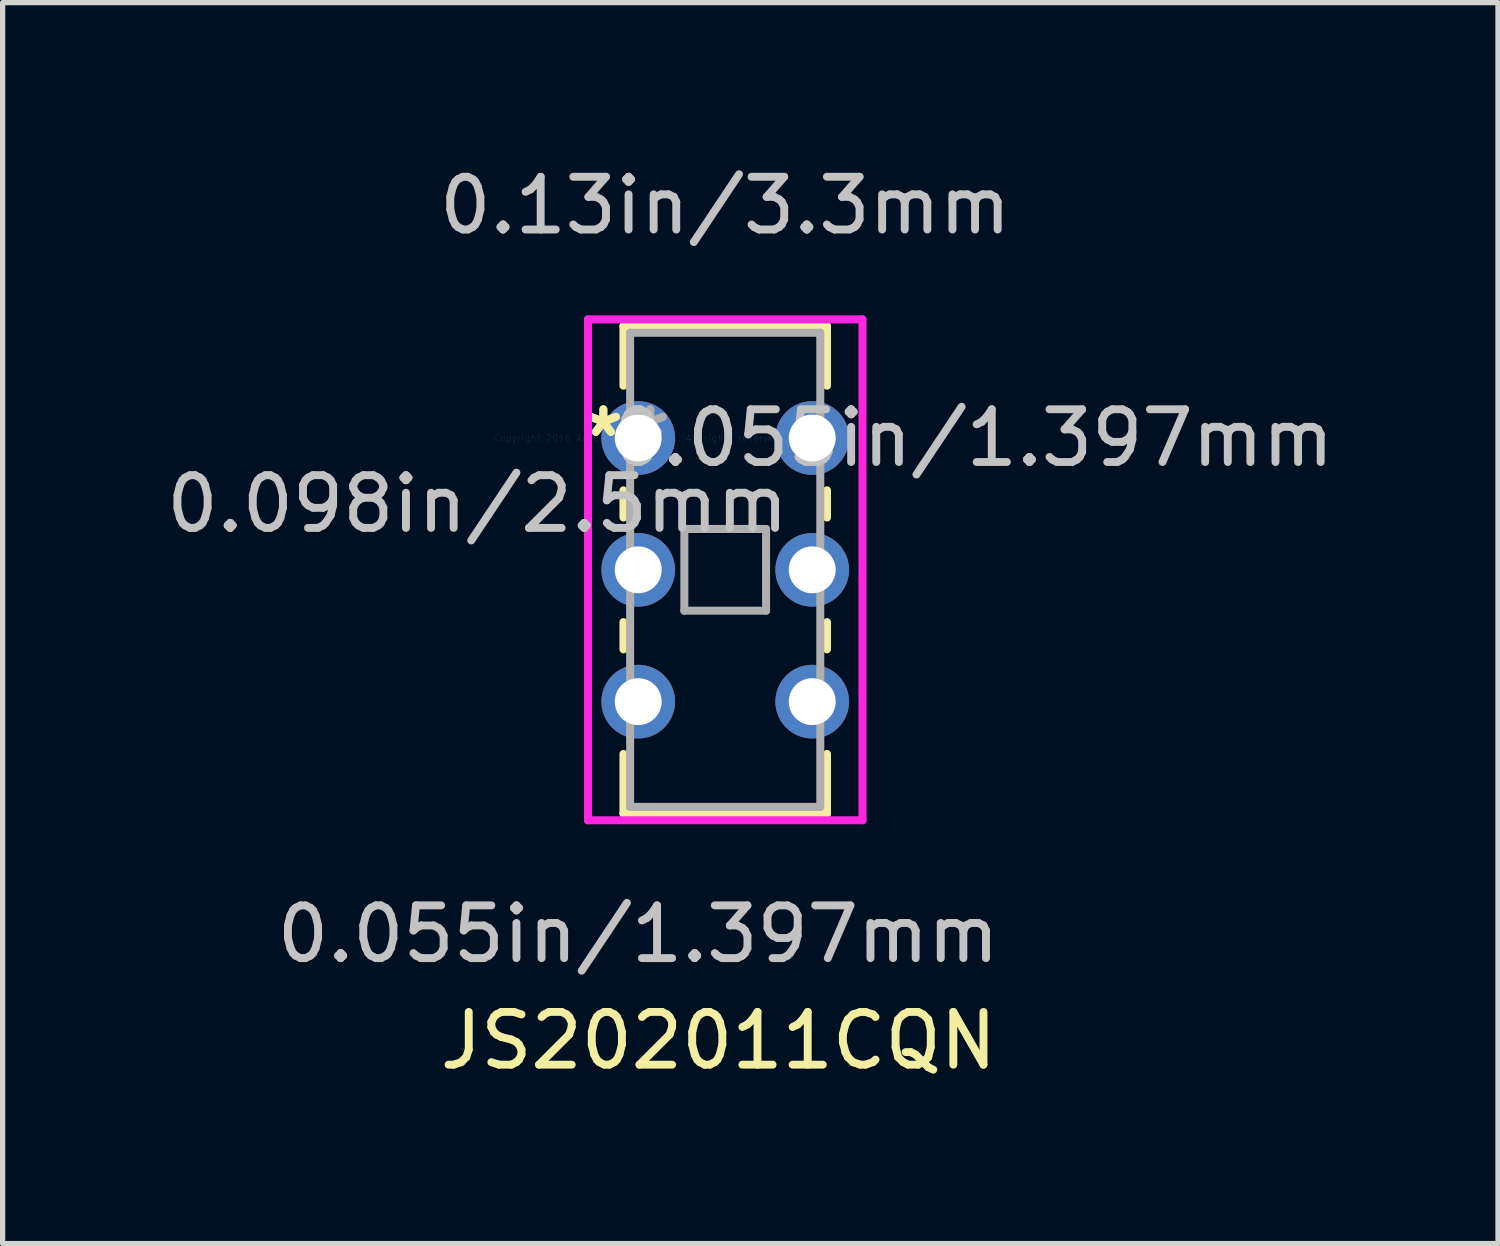
<source format=kicad_pcb>
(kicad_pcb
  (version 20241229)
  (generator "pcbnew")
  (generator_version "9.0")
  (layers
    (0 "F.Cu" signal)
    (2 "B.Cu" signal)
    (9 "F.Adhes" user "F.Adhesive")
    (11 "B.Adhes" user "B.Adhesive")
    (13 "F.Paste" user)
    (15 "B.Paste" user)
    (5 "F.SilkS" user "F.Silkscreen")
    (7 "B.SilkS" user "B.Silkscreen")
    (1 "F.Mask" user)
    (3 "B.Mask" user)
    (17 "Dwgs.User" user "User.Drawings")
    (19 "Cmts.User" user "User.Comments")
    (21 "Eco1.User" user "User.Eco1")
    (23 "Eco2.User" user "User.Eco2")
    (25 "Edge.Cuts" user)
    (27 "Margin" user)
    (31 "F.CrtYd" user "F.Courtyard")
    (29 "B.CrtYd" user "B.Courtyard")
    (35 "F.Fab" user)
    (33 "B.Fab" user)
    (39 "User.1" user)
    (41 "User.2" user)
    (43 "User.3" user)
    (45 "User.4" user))
  (footprint "JS202011CQN"
    (layer "F.Cu")
    (at 9.054 5.257)
    (property "Reference" "JS202011CQN" (at 1.524 11.43 0) (layer "F.SilkS") (effects (font (size 1 1) (thickness 0.15))))
    (attr through_hole)
    (fp_line (start -0.28 -2.123) (end -0.28 -0.992) (stroke (width 0.152) (type solid)) (layer "F.SilkS"))
    (fp_line (start -0.28 0.992) (end -0.28 1.508) (stroke (width 0.152) (type solid)) (layer "F.SilkS"))
    (fp_line (start -0.28 3.492) (end -0.28 4.008) (stroke (width 0.152) (type solid)) (layer "F.SilkS"))
    (fp_line (start -0.28 5.992) (end -0.28 7.123) (stroke (width 0.152) (type solid)) (layer "F.SilkS"))
    (fp_line (start -0.28 7.123) (end 3.58 7.123) (stroke (width 0.152) (type solid)) (layer "F.SilkS"))
    (fp_line (start 3.58 -2.123) (end -0.28 -2.123) (stroke (width 0.152) (type solid)) (layer "F.SilkS"))
    (fp_line (start 3.58 -0.992) (end 3.58 -2.123) (stroke (width 0.152) (type solid)) (layer "F.SilkS"))
    (fp_line (start 3.58 1.508) (end 3.58 0.992) (stroke (width 0.152) (type solid)) (layer "F.SilkS"))
    (fp_line (start 3.58 4.008) (end 3.58 3.492) (stroke (width 0.152) (type solid)) (layer "F.SilkS"))
    (fp_line (start 3.58 7.123) (end 3.58 5.992) (stroke (width 0.152) (type solid)) (layer "F.SilkS"))
    (fp_line (start -0.953 -2.25) (end 4.253 -2.25) (stroke (width 0.152) (type solid)) (layer "F.CrtYd"))
    (fp_line (start -0.953 7.25) (end -0.953 -2.25) (stroke (width 0.152) (type solid)) (layer "F.CrtYd"))
    (fp_line (start 4.253 -2.25) (end 4.253 7.25) (stroke (width 0.152) (type solid)) (layer "F.CrtYd"))
    (fp_line (start 4.253 7.25) (end -0.953 7.25) (stroke (width 0.152) (type solid)) (layer "F.CrtYd"))
    (fp_line (start -0.153 -1.996) (end -0.153 6.996) (stroke (width 0.152) (type solid)) (layer "F.Fab"))
    (fp_line (start -0.153 6.996) (end 3.453 6.996) (stroke (width 0.152) (type solid)) (layer "F.Fab"))
    (fp_line (start 0.875 1.725) (end 2.425 1.725) (stroke (width 0.152) (type solid)) (layer "F.Fab"))
    (fp_line (start 0.875 3.275) (end 0.875 1.725) (stroke (width 0.152) (type solid)) (layer "F.Fab"))
    (fp_line (start 2.425 1.725) (end 2.425 3.275) (stroke (width 0.152) (type solid)) (layer "F.Fab"))
    (fp_line (start 2.425 3.275) (end 0.875 3.275) (stroke (width 0.152) (type solid)) (layer "F.Fab"))
    (fp_line (start 3.453 -1.996) (end -0.153 -1.996) (stroke (width 0.152) (type solid)) (layer "F.Fab"))
    (fp_line (start 3.453 6.996) (end 3.453 -1.996) (stroke (width 0.152) (type solid)) (layer "F.Fab"))
    (fp_text user "*" (at -0.661 0 0) (layer "F.SilkS") (effects (font (size 1 1) (thickness 0.15))))
    (fp_text user "*" (at -0.661 0 0) (layer "F.SilkS") (effects (font (size 1 1) (thickness 0.15))))
    (fp_text user "0.13in/3.3mm" (at 1.65 -4.409 0) (layer "Dwgs.User") (effects (font (size 1 1) (thickness 0.15))))
    (fp_text user "0.055in/1.397mm" (at 6.348 0 0) (layer "Dwgs.User") (effects (font (size 1 1) (thickness 0.15))))
    (fp_text user "0.098in/2.5mm" (at -3.048 1.25 0) (layer "Dwgs.User") (effects (font (size 1 1) (thickness 0.15))))
    (fp_text user "0.055in/1.397mm" (at 0 9.409 0) (layer "Dwgs.User") (effects (font (size 1 1) (thickness 0.15))))
    (fp_text user "Copyright 2016 Accelerated Designs. All rights reserved." (at 0 0 0) (layer "Cmts.User") (effects (font (size 0.127 0.127) (thickness 0.002))))
    (fp_text user "*" (at 0.228 0 0) (layer "F.Fab") (effects (font (size 1 1) (thickness 0.15))))
    (fp_text user "*" (at 0.228 0 0) (layer "F.Fab") (effects (font (size 1 1) (thickness 0.15))))
    (pad "1" thru_hole circle (at 0.000001 0) (size 1.397 1.397) (drill 0.889) (layers "*.Cu" "*.Mask"))
    (pad "2" thru_hole circle (at 0.000001 2.5) (size 1.397 1.397) (drill 0.889) (layers "*.Cu" "*.Mask"))
    (pad "3" thru_hole circle (at 0.000001 5) (size 1.397 1.397) (drill 0.889) (layers "*.Cu" "*.Mask"))
    (pad "4" thru_hole circle (at 3.3 5) (size 1.397 1.397) (drill 0.889) (layers "*.Cu" "*.Mask"))
    (pad "5" thru_hole circle (at 3.3 2.5) (size 1.397 1.397) (drill 0.889) (layers "*.Cu" "*.Mask"))
    (pad "6" thru_hole circle (at 3.3 0) (size 1.397 1.397) (drill 0.889) (layers "*.Cu" "*.Mask")))
  (gr_rect
    (start -3 -3)
    (end 25.36 20.535)
    (stroke (width 0.1) (type default))
    (fill no)
    (layer "Edge.Cuts")))
</source>
